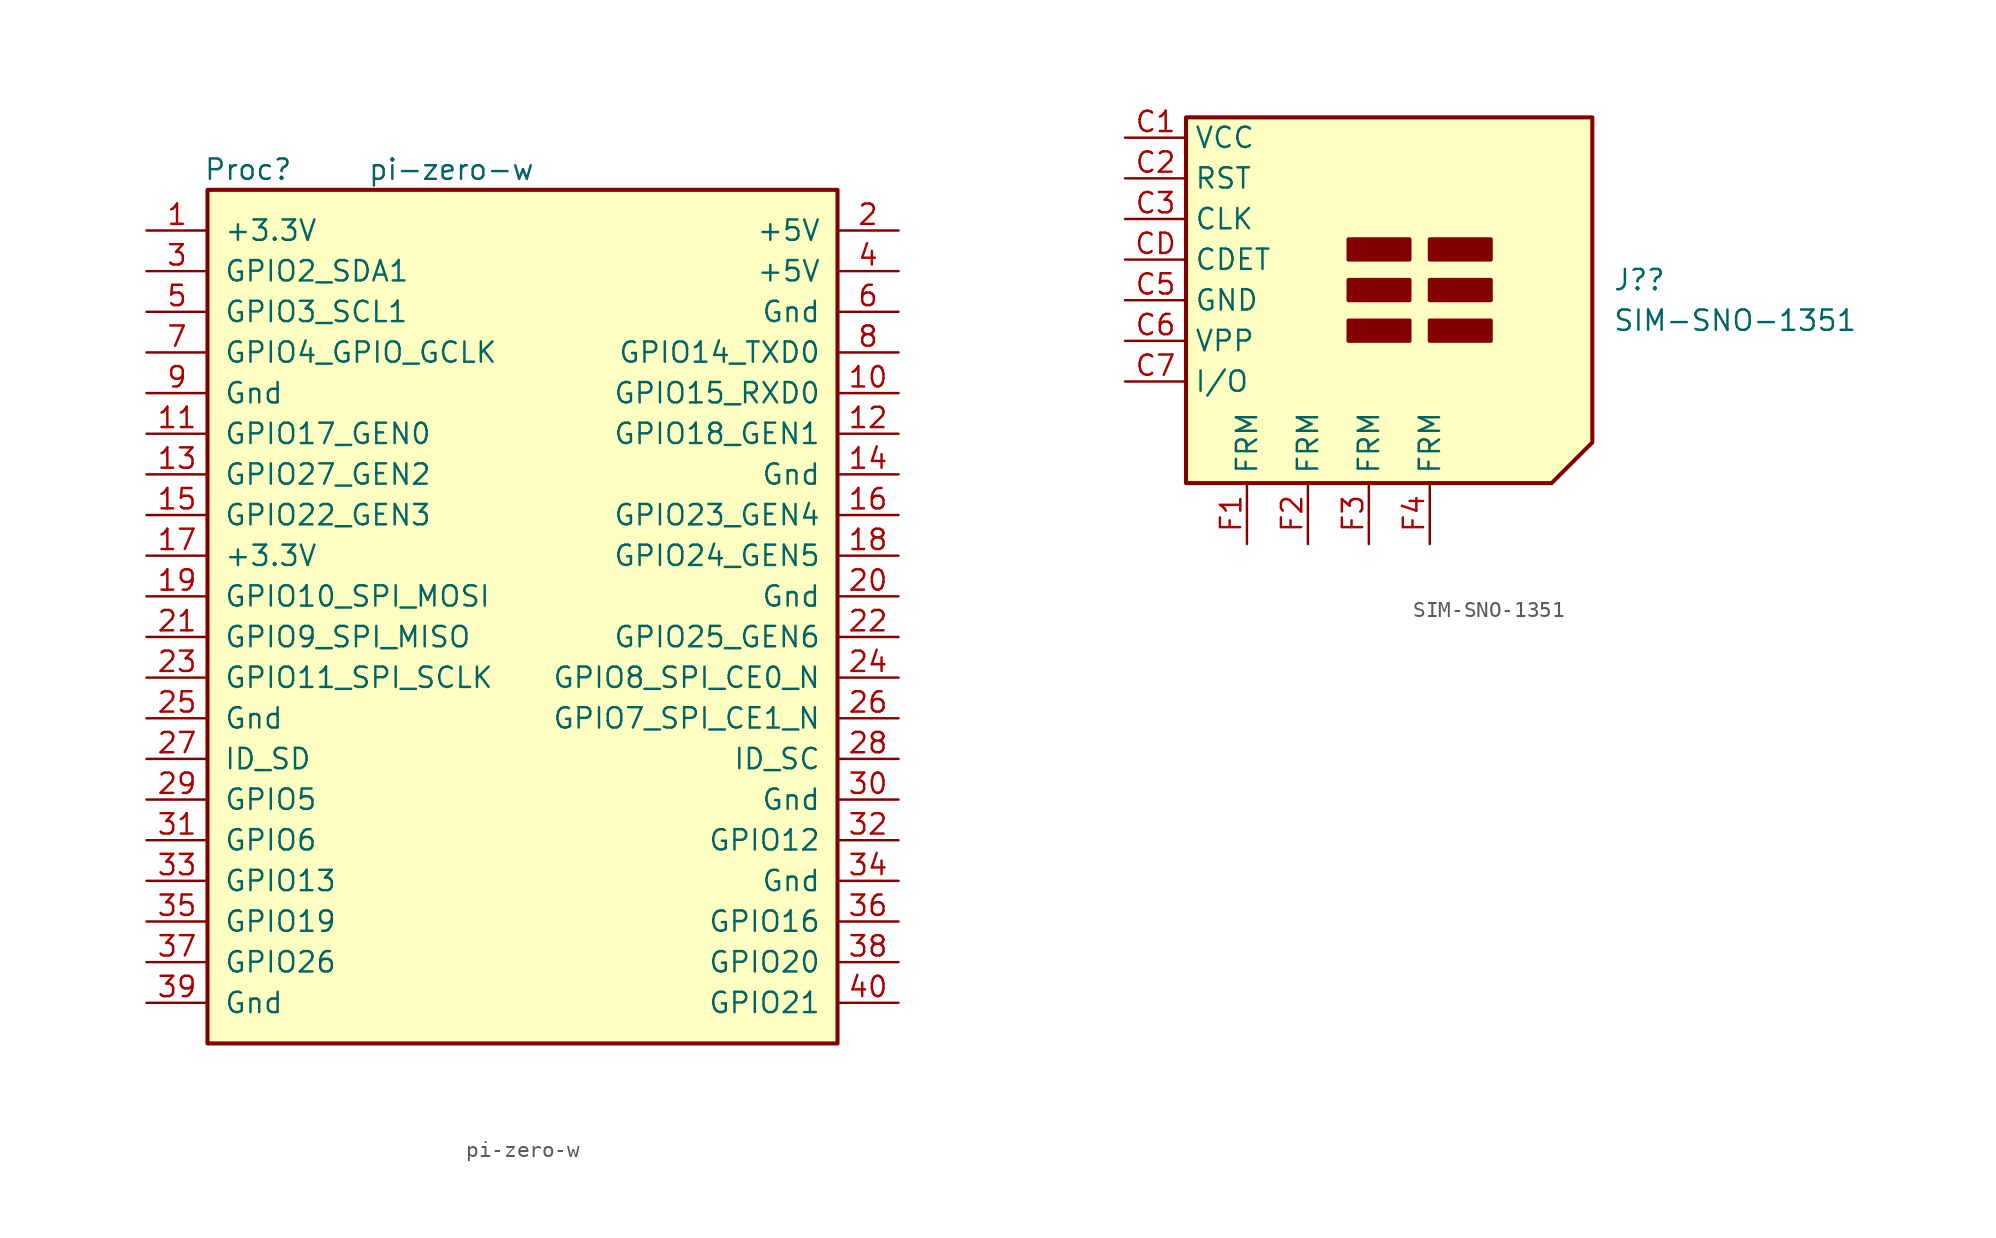
<source format=kicad_sym>
(kicad_symbol_lib
  (version 20220914)
  (generator kicad_symbol_editor)
  (symbol "pi-zero-w"
    (pin_names
      (offset 1.016))
    (property "Reference" "Proc"
      (at -33.02 39.37 0)
      (effects (font (size 1.27 1.27))))
    (property "Value" "pi-zero-w"
      (at -20.32 39.37 0)
      (effects (font (size 1.27 1.27))))
    (symbol "pi-zero-w_1_1"
      (rectangle (start -35.56 38.1) (end 3.81 -15.24) (stroke (width 0.254) (type default)) (fill (type background)))
      (pin power_out line (at -39.37 35.56 0) (length 3.81) (name "+3.3V" (effects (font (size 1.27 1.27)))) (number "1" (effects (font (size 1.27 1.27)))))
      (pin passive line (at 7.62 25.4 180) (length 3.81) (name "GPIO15_RXD0" (effects (font (size 1.27 1.27)))) (number "10" (effects (font (size 1.27 1.27)))))
      (pin passive line (at -39.37 22.86 0) (length 3.81) (name "GPIO17_GEN0" (effects (font (size 1.27 1.27)))) (number "11" (effects (font (size 1.27 1.27)))))
      (pin passive line (at 7.62 22.86 180) (length 3.81) (name "GPIO18_GEN1" (effects (font (size 1.27 1.27)))) (number "12" (effects (font (size 1.27 1.27)))))
      (pin passive line (at -39.37 20.32 0) (length 3.81) (name "GPIO27_GEN2" (effects (font (size 1.27 1.27)))) (number "13" (effects (font (size 1.27 1.27)))))
      (pin passive line (at 7.62 20.32 180) (length 3.81) (name "Gnd" (effects (font (size 1.27 1.27)))) (number "14" (effects (font (size 1.27 1.27)))))
      (pin passive line (at -39.37 17.78 0) (length 3.81) (name "GPIO22_GEN3" (effects (font (size 1.27 1.27)))) (number "15" (effects (font (size 1.27 1.27)))))
      (pin passive line (at 7.62 17.78 180) (length 3.81) (name "GPIO23_GEN4" (effects (font (size 1.27 1.27)))) (number "16" (effects (font (size 1.27 1.27)))))
      (pin passive line (at -39.37 15.24 0) (length 3.81) (name "+3.3V" (effects (font (size 1.27 1.27)))) (number "17" (effects (font (size 1.27 1.27)))))
      (pin passive line (at 7.62 15.24 180) (length 3.81) (name "GPIO24_GEN5" (effects (font (size 1.27 1.27)))) (number "18" (effects (font (size 1.27 1.27)))))
      (pin passive line (at -39.37 12.7 0) (length 3.81) (name "GPIO10_SPI_MOSI" (effects (font (size 1.27 1.27)))) (number "19" (effects (font (size 1.27 1.27)))))
      (pin power_out line (at 7.62 35.56 180) (length 3.81) (name "+5V" (effects (font (size 1.27 1.27)))) (number "2" (effects (font (size 1.27 1.27)))))
      (pin passive line (at 7.62 12.7 180) (length 3.81) (name "Gnd" (effects (font (size 1.27 1.27)))) (number "20" (effects (font (size 1.27 1.27)))))
      (pin passive line (at -39.37 10.16 0) (length 3.81) (name "GPIO9_SPI_MISO" (effects (font (size 1.27 1.27)))) (number "21" (effects (font (size 1.27 1.27)))))
      (pin passive line (at 7.62 10.16 180) (length 3.81) (name "GPIO25_GEN6" (effects (font (size 1.27 1.27)))) (number "22" (effects (font (size 1.27 1.27)))))
      (pin passive line (at -39.37 7.62 0) (length 3.81) (name "GPIO11_SPI_SCLK" (effects (font (size 1.27 1.27)))) (number "23" (effects (font (size 1.27 1.27)))))
      (pin passive line (at 7.62 7.62 180) (length 3.81) (name "GPIO8_SPI_CE0_N" (effects (font (size 1.27 1.27)))) (number "24" (effects (font (size 1.27 1.27)))))
      (pin passive line (at -39.37 5.08 0) (length 3.81) (name "Gnd" (effects (font (size 1.27 1.27)))) (number "25" (effects (font (size 1.27 1.27)))))
      (pin passive line (at 7.62 5.08 180) (length 3.81) (name "GPIO7_SPI_CE1_N" (effects (font (size 1.27 1.27)))) (number "26" (effects (font (size 1.27 1.27)))))
      (pin passive line (at -39.37 2.54 0) (length 3.81) (name "ID_SD" (effects (font (size 1.27 1.27)))) (number "27" (effects (font (size 1.27 1.27)))))
      (pin passive line (at 7.62 2.54 180) (length 3.81) (name "ID_SC" (effects (font (size 1.27 1.27)))) (number "28" (effects (font (size 1.27 1.27)))))
      (pin passive line (at -39.37 0 0) (length 3.81) (name "GPIO5" (effects (font (size 1.27 1.27)))) (number "29" (effects (font (size 1.27 1.27)))))
      (pin passive line (at -39.37 33.02 0) (length 3.81) (name "GPIO2_SDA1" (effects (font (size 1.27 1.27)))) (number "3" (effects (font (size 1.27 1.27)))))
      (pin passive line (at 7.62 0 180) (length 3.81) (name "Gnd" (effects (font (size 1.27 1.27)))) (number "30" (effects (font (size 1.27 1.27)))))
      (pin passive line (at -39.37 -2.54 0) (length 3.81) (name "GPIO6" (effects (font (size 1.27 1.27)))) (number "31" (effects (font (size 1.27 1.27)))))
      (pin passive line (at 7.62 -2.54 180) (length 3.81) (name "GPIO12" (effects (font (size 1.27 1.27)))) (number "32" (effects (font (size 1.27 1.27)))))
      (pin passive line (at -39.37 -5.08 0) (length 3.81) (name "GPIO13" (effects (font (size 1.27 1.27)))) (number "33" (effects (font (size 1.27 1.27)))))
      (pin passive line (at 7.62 -5.08 180) (length 3.81) (name "Gnd" (effects (font (size 1.27 1.27)))) (number "34" (effects (font (size 1.27 1.27)))))
      (pin passive line (at -39.37 -7.62 0) (length 3.81) (name "GPIO19" (effects (font (size 1.27 1.27)))) (number "35" (effects (font (size 1.27 1.27)))))
      (pin passive line (at 7.62 -7.62 180) (length 3.81) (name "GPIO16" (effects (font (size 1.27 1.27)))) (number "36" (effects (font (size 1.27 1.27)))))
      (pin passive line (at -39.37 -10.16 0) (length 3.81) (name "GPIO26" (effects (font (size 1.27 1.27)))) (number "37" (effects (font (size 1.27 1.27)))))
      (pin passive line (at 7.62 -10.16 180) (length 3.81) (name "GPIO20" (effects (font (size 1.27 1.27)))) (number "38" (effects (font (size 1.27 1.27)))))
      (pin passive line (at -39.37 -12.7 0) (length 3.81) (name "Gnd" (effects (font (size 1.27 1.27)))) (number "39" (effects (font (size 1.27 1.27)))))
      (pin passive line (at 7.62 33.02 180) (length 3.81) (name "+5V" (effects (font (size 1.27 1.27)))) (number "4" (effects (font (size 1.27 1.27)))))
      (pin passive line (at 7.62 -12.7 180) (length 3.81) (name "GPIO21" (effects (font (size 1.27 1.27)))) (number "40" (effects (font (size 1.27 1.27)))))
      (pin passive line (at -39.37 30.48 0) (length 3.81) (name "GPIO3_SCL1" (effects (font (size 1.27 1.27)))) (number "5" (effects (font (size 1.27 1.27)))))
      (pin power_out line (at 7.62 30.48 180) (length 3.81) (name "Gnd" (effects (font (size 1.27 1.27)))) (number "6" (effects (font (size 1.27 1.27)))))
      (pin passive line (at -39.37 27.94 0) (length 3.81) (name "GPIO4_GPIO_GCLK" (effects (font (size 1.27 1.27)))) (number "7" (effects (font (size 1.27 1.27)))))
      (pin passive line (at 7.62 27.94 180) (length 3.81) (name "GPIO14_TXD0" (effects (font (size 1.27 1.27)))) (number "8" (effects (font (size 1.27 1.27)))))
      (pin passive line (at -39.37 25.4 0) (length 3.81) (name "Gnd" (effects (font (size 1.27 1.27)))) (number "9" (effects (font (size 1.27 1.27)))))))
  (symbol "SIM-SNO-1351"
    (property "Reference" "J?"
      (at 30.48 1.27 0)
      (effects (font (size 1.27 1.27)) (justify left)))
    (property "Value" "SIM-SNO-1351"
      (at 30.48 -1.27 0)
      (effects (font (size 1.27 1.27)) (justify left)))
    (symbol "SIM-SNO-1351_0_1"
      (polyline (pts (xy 3.81 11.43) (xy 3.81 -11.43) (xy 26.67 -11.43) (xy 29.21 -8.89) (xy 29.21 11.43) (xy 3.81 11.43)) (stroke (width 0.254) (type default)) (fill (type background)))
      (rectangle (start 13.97 -2.54) (end 17.78 -1.27) (stroke (width 0.254) (type default)) (fill (type outline)))
      (rectangle (start 13.97 0) (end 17.78 1.27) (stroke (width 0.254) (type default)) (fill (type outline)))
      (rectangle (start 13.97 2.54) (end 17.78 3.81) (stroke (width 0.254) (type default)) (fill (type outline)))
      (rectangle (start 19.05 -1.27) (end 22.86 -2.54) (stroke (width 0.254) (type default)) (fill (type outline)))
      (rectangle (start 19.05 0) (end 22.86 1.27) (stroke (width 0.254) (type default)) (fill (type outline)))
      (rectangle (start 19.05 2.54) (end 22.86 3.81) (stroke (width 0.254) (type default)) (fill (type outline))))
    (symbol "SIM-SNO-1351_1_1"
      (pin power_in line (at 0 10.16 0) (length 3.81) (name "VCC" (effects (font (size 1.27 1.27)))) (number "C1" (effects (font (size 1.27 1.27)))))
      (pin input line (at 0 7.62 0) (length 3.81) (name "RST" (effects (font (size 1.27 1.27)))) (number "C2" (effects (font (size 1.27 1.27)))))
      (pin bidirectional line (at 0 5.08 0) (length 3.81) (name "CLK" (effects (font (size 1.27 1.27)))) (number "C3" (effects (font (size 1.27 1.27)))))
      (pin power_in line (at 0 0 0) (length 3.81) (name "GND" (effects (font (size 1.27 1.27)))) (number "C5" (effects (font (size 1.27 1.27)))))
      (pin input line (at 0 -2.54 0) (length 3.81) (name "VPP" (effects (font (size 1.27 1.27)))) (number "C6" (effects (font (size 1.27 1.27)))))
      (pin bidirectional line (at 0 -5.08 0) (length 3.81) (name "I/O" (effects (font (size 1.27 1.27)))) (number "C7" (effects (font (size 1.27 1.27)))))
      (pin passive line (at 0 2.54 0) (length 3.81) (name "CDET" (effects (font (size 1.27 1.27)))) (number "CD" (effects (font (size 1.27 1.27)))))
      (pin passive line (at 7.62 -15.24 90) (length 3.81) (name "FRM" (effects (font (size 1.27 1.27)))) (number "F1" (effects (font (size 1.27 1.27)))))
      (pin passive line (at 11.43 -15.24 90) (length 3.81) (name "FRM" (effects (font (size 1.27 1.27)))) (number "F2" (effects (font (size 1.27 1.27)))))
      (pin passive line (at 15.24 -15.24 90) (length 3.81) (name "FRM" (effects (font (size 1.27 1.27)))) (number "F3" (effects (font (size 1.27 1.27)))))
      (pin passive line (at 19.05 -15.24 90) (length 3.81) (name "FRM" (effects (font (size 1.27 1.27)))) (number "F4" (effects (font (size 1.27 1.27))))))))
</source>
